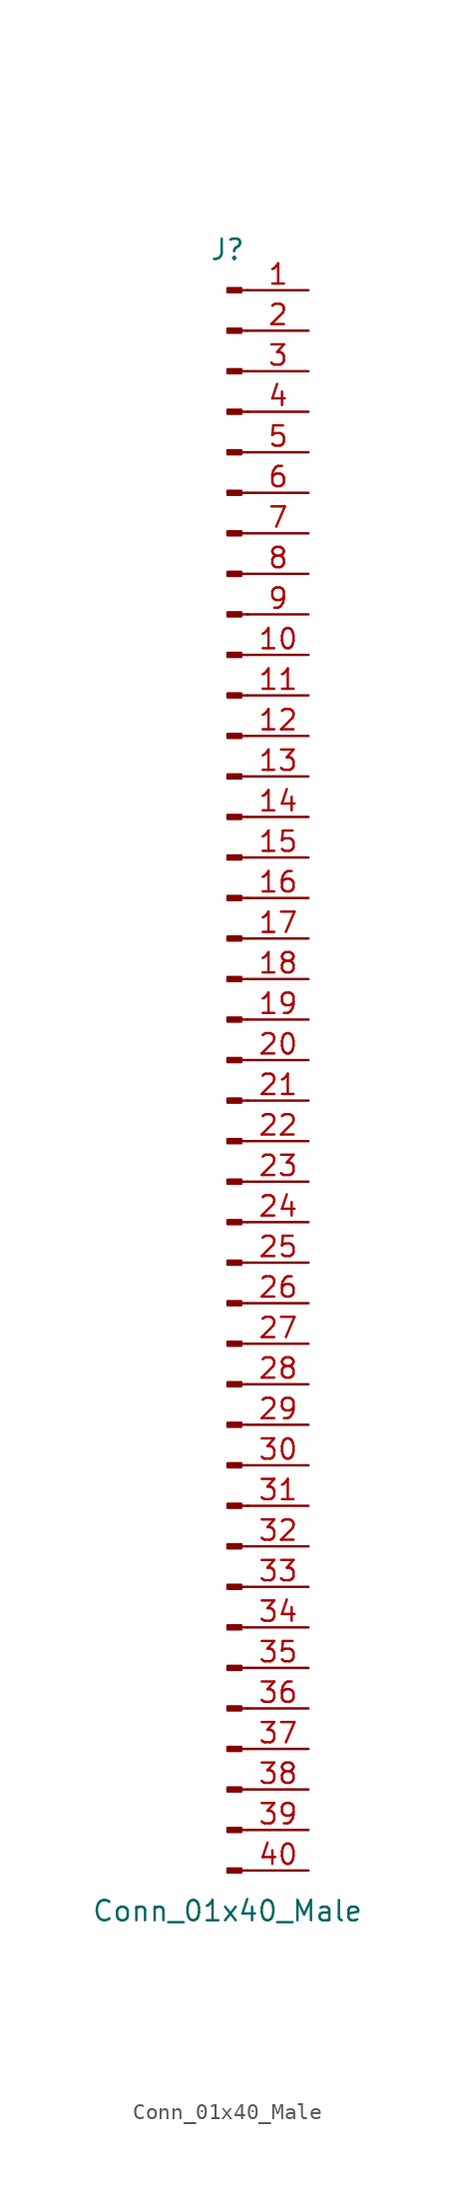
<source format=kicad_sym>
(kicad_symbol_lib
  (version 20201005)
  (generator kicad_symbol_editor)
  (symbol "Connector:Conn_01x40_Male"
    (pin_names
      (offset 1.016) hide)
    (property "Reference" "J"
      (at 0 50.8 0)
      (effects (font (size 1.27 1.27))))
    (property "Value" "Conn_01x40_Male"
      (at 0 -53.34 0)
      (effects (font (size 1.27 1.27))))
    (symbol "Conn_01x40_Male_1_1"
      (rectangle (start 0.864 -50.673) (end 0 -50.927) (stroke (width 0.152)) (fill (type outline)))
      (rectangle (start 0.864 -48.133) (end 0 -48.387) (stroke (width 0.152)) (fill (type outline)))
      (rectangle (start 0.864 -45.593) (end 0 -45.847) (stroke (width 0.152)) (fill (type outline)))
      (rectangle (start 0.864 -43.053) (end 0 -43.307) (stroke (width 0.152)) (fill (type outline)))
      (rectangle (start 0.864 -40.513) (end 0 -40.767) (stroke (width 0.152)) (fill (type outline)))
      (rectangle (start 0.864 -37.973) (end 0 -38.227) (stroke (width 0.152)) (fill (type outline)))
      (rectangle (start 0.864 -35.433) (end 0 -35.687) (stroke (width 0.152)) (fill (type outline)))
      (rectangle (start 0.864 -32.893) (end 0 -33.147) (stroke (width 0.152)) (fill (type outline)))
      (rectangle (start 0.864 -30.353) (end 0 -30.607) (stroke (width 0.152)) (fill (type outline)))
      (rectangle (start 0.864 -27.813) (end 0 -28.067) (stroke (width 0.152)) (fill (type outline)))
      (rectangle (start 0.864 -25.273) (end 0 -25.527) (stroke (width 0.152)) (fill (type outline)))
      (rectangle (start 0.864 -22.733) (end 0 -22.987) (stroke (width 0.152)) (fill (type outline)))
      (rectangle (start 0.864 -20.193) (end 0 -20.447) (stroke (width 0.152)) (fill (type outline)))
      (rectangle (start 0.864 -17.653) (end 0 -17.907) (stroke (width 0.152)) (fill (type outline)))
      (rectangle (start 0.864 -15.113) (end 0 -15.367) (stroke (width 0.152)) (fill (type outline)))
      (rectangle (start 0.864 -12.573) (end 0 -12.827) (stroke (width 0.152)) (fill (type outline)))
      (rectangle (start 0.864 -10.033) (end 0 -10.287) (stroke (width 0.152)) (fill (type outline)))
      (rectangle (start 0.864 -7.493) (end 0 -7.747) (stroke (width 0.152)) (fill (type outline)))
      (rectangle (start 0.864 -4.953) (end 0 -5.207) (stroke (width 0.152)) (fill (type outline)))
      (rectangle (start 0.864 -2.413) (end 0 -2.667) (stroke (width 0.152)) (fill (type outline)))
      (rectangle (start 0.864 0.127) (end 0 -0.127) (stroke (width 0.152)) (fill (type outline)))
      (rectangle (start 0.864 2.667) (end 0 2.413) (stroke (width 0.152)) (fill (type outline)))
      (rectangle (start 0.864 5.207) (end 0 4.953) (stroke (width 0.152)) (fill (type outline)))
      (rectangle (start 0.864 7.747) (end 0 7.493) (stroke (width 0.152)) (fill (type outline)))
      (rectangle (start 0.864 10.287) (end 0 10.033) (stroke (width 0.152)) (fill (type outline)))
      (rectangle (start 0.864 12.827) (end 0 12.573) (stroke (width 0.152)) (fill (type outline)))
      (rectangle (start 0.864 15.367) (end 0 15.113) (stroke (width 0.152)) (fill (type outline)))
      (rectangle (start 0.864 17.907) (end 0 17.653) (stroke (width 0.152)) (fill (type outline)))
      (rectangle (start 0.864 20.447) (end 0 20.193) (stroke (width 0.152)) (fill (type outline)))
      (rectangle (start 0.864 22.987) (end 0 22.733) (stroke (width 0.152)) (fill (type outline)))
      (rectangle (start 0.864 25.527) (end 0 25.273) (stroke (width 0.152)) (fill (type outline)))
      (rectangle (start 0.864 28.067) (end 0 27.813) (stroke (width 0.152)) (fill (type outline)))
      (rectangle (start 0.864 30.607) (end 0 30.353) (stroke (width 0.152)) (fill (type outline)))
      (rectangle (start 0.864 33.147) (end 0 32.893) (stroke (width 0.152)) (fill (type outline)))
      (rectangle (start 0.864 35.687) (end 0 35.433) (stroke (width 0.152)) (fill (type outline)))
      (rectangle (start 0.864 38.227) (end 0 37.973) (stroke (width 0.152)) (fill (type outline)))
      (rectangle (start 0.864 40.767) (end 0 40.513) (stroke (width 0.152)) (fill (type outline)))
      (rectangle (start 0.864 43.307) (end 0 43.053) (stroke (width 0.152)) (fill (type outline)))
      (rectangle (start 0.864 45.847) (end 0 45.593) (stroke (width 0.152)) (fill (type outline)))
      (rectangle (start 0.864 48.387) (end 0 48.133) (stroke (width 0.152)) (fill (type outline)))
      (polyline (pts (xy 1.27 -50.8) (xy 0.864 -50.8)) (stroke (width 0.152)) (fill (type none)))
      (polyline (pts (xy 1.27 -48.26) (xy 0.864 -48.26)) (stroke (width 0.152)) (fill (type none)))
      (polyline (pts (xy 1.27 -45.72) (xy 0.864 -45.72)) (stroke (width 0.152)) (fill (type none)))
      (polyline (pts (xy 1.27 -43.18) (xy 0.864 -43.18)) (stroke (width 0.152)) (fill (type none)))
      (polyline (pts (xy 1.27 -40.64) (xy 0.864 -40.64)) (stroke (width 0.152)) (fill (type none)))
      (polyline (pts (xy 1.27 -38.1) (xy 0.864 -38.1)) (stroke (width 0.152)) (fill (type none)))
      (polyline (pts (xy 1.27 -35.56) (xy 0.864 -35.56)) (stroke (width 0.152)) (fill (type none)))
      (polyline (pts (xy 1.27 -33.02) (xy 0.864 -33.02)) (stroke (width 0.152)) (fill (type none)))
      (polyline (pts (xy 1.27 -30.48) (xy 0.864 -30.48)) (stroke (width 0.152)) (fill (type none)))
      (polyline (pts (xy 1.27 -27.94) (xy 0.864 -27.94)) (stroke (width 0.152)) (fill (type none)))
      (polyline (pts (xy 1.27 -25.4) (xy 0.864 -25.4)) (stroke (width 0.152)) (fill (type none)))
      (polyline (pts (xy 1.27 -22.86) (xy 0.864 -22.86)) (stroke (width 0.152)) (fill (type none)))
      (polyline (pts (xy 1.27 -20.32) (xy 0.864 -20.32)) (stroke (width 0.152)) (fill (type none)))
      (polyline (pts (xy 1.27 -17.78) (xy 0.864 -17.78)) (stroke (width 0.152)) (fill (type none)))
      (polyline (pts (xy 1.27 -15.24) (xy 0.864 -15.24)) (stroke (width 0.152)) (fill (type none)))
      (polyline (pts (xy 1.27 -12.7) (xy 0.864 -12.7)) (stroke (width 0.152)) (fill (type none)))
      (polyline (pts (xy 1.27 -10.16) (xy 0.864 -10.16)) (stroke (width 0.152)) (fill (type none)))
      (polyline (pts (xy 1.27 -7.62) (xy 0.864 -7.62)) (stroke (width 0.152)) (fill (type none)))
      (polyline (pts (xy 1.27 -5.08) (xy 0.864 -5.08)) (stroke (width 0.152)) (fill (type none)))
      (polyline (pts (xy 1.27 -2.54) (xy 0.864 -2.54)) (stroke (width 0.152)) (fill (type none)))
      (polyline (pts (xy 1.27 0) (xy 0.864 0)) (stroke (width 0.152)) (fill (type none)))
      (polyline (pts (xy 1.27 2.54) (xy 0.864 2.54)) (stroke (width 0.152)) (fill (type none)))
      (polyline (pts (xy 1.27 5.08) (xy 0.864 5.08)) (stroke (width 0.152)) (fill (type none)))
      (polyline (pts (xy 1.27 7.62) (xy 0.864 7.62)) (stroke (width 0.152)) (fill (type none)))
      (polyline (pts (xy 1.27 10.16) (xy 0.864 10.16)) (stroke (width 0.152)) (fill (type none)))
      (polyline (pts (xy 1.27 12.7) (xy 0.864 12.7)) (stroke (width 0.152)) (fill (type none)))
      (polyline (pts (xy 1.27 15.24) (xy 0.864 15.24)) (stroke (width 0.152)) (fill (type none)))
      (polyline (pts (xy 1.27 17.78) (xy 0.864 17.78)) (stroke (width 0.152)) (fill (type none)))
      (polyline (pts (xy 1.27 20.32) (xy 0.864 20.32)) (stroke (width 0.152)) (fill (type none)))
      (polyline (pts (xy 1.27 22.86) (xy 0.864 22.86)) (stroke (width 0.152)) (fill (type none)))
      (polyline (pts (xy 1.27 25.4) (xy 0.864 25.4)) (stroke (width 0.152)) (fill (type none)))
      (polyline (pts (xy 1.27 27.94) (xy 0.864 27.94)) (stroke (width 0.152)) (fill (type none)))
      (polyline (pts (xy 1.27 30.48) (xy 0.864 30.48)) (stroke (width 0.152)) (fill (type none)))
      (polyline (pts (xy 1.27 33.02) (xy 0.864 33.02)) (stroke (width 0.152)) (fill (type none)))
      (polyline (pts (xy 1.27 35.56) (xy 0.864 35.56)) (stroke (width 0.152)) (fill (type none)))
      (polyline (pts (xy 1.27 38.1) (xy 0.864 38.1)) (stroke (width 0.152)) (fill (type none)))
      (polyline (pts (xy 1.27 40.64) (xy 0.864 40.64)) (stroke (width 0.152)) (fill (type none)))
      (polyline (pts (xy 1.27 43.18) (xy 0.864 43.18)) (stroke (width 0.152)) (fill (type none)))
      (polyline (pts (xy 1.27 45.72) (xy 0.864 45.72)) (stroke (width 0.152)) (fill (type none)))
      (polyline (pts (xy 1.27 48.26) (xy 0.864 48.26)) (stroke (width 0.152)) (fill (type none)))
      (pin passive line (at 5.08 48.26 180) (length 3.81) (name "Pin_1" (effects (font (size 1.27 1.27)))) (number "1" (effects (font (size 1.27 1.27)))))
      (pin passive line (at 5.08 25.4 180) (length 3.81) (name "Pin_10" (effects (font (size 1.27 1.27)))) (number "10" (effects (font (size 1.27 1.27)))))
      (pin passive line (at 5.08 22.86 180) (length 3.81) (name "Pin_11" (effects (font (size 1.27 1.27)))) (number "11" (effects (font (size 1.27 1.27)))))
      (pin passive line (at 5.08 20.32 180) (length 3.81) (name "Pin_12" (effects (font (size 1.27 1.27)))) (number "12" (effects (font (size 1.27 1.27)))))
      (pin passive line (at 5.08 17.78 180) (length 3.81) (name "Pin_13" (effects (font (size 1.27 1.27)))) (number "13" (effects (font (size 1.27 1.27)))))
      (pin passive line (at 5.08 15.24 180) (length 3.81) (name "Pin_14" (effects (font (size 1.27 1.27)))) (number "14" (effects (font (size 1.27 1.27)))))
      (pin passive line (at 5.08 12.7 180) (length 3.81) (name "Pin_15" (effects (font (size 1.27 1.27)))) (number "15" (effects (font (size 1.27 1.27)))))
      (pin passive line (at 5.08 10.16 180) (length 3.81) (name "Pin_16" (effects (font (size 1.27 1.27)))) (number "16" (effects (font (size 1.27 1.27)))))
      (pin passive line (at 5.08 7.62 180) (length 3.81) (name "Pin_17" (effects (font (size 1.27 1.27)))) (number "17" (effects (font (size 1.27 1.27)))))
      (pin passive line (at 5.08 5.08 180) (length 3.81) (name "Pin_18" (effects (font (size 1.27 1.27)))) (number "18" (effects (font (size 1.27 1.27)))))
      (pin passive line (at 5.08 2.54 180) (length 3.81) (name "Pin_19" (effects (font (size 1.27 1.27)))) (number "19" (effects (font (size 1.27 1.27)))))
      (pin passive line (at 5.08 45.72 180) (length 3.81) (name "Pin_2" (effects (font (size 1.27 1.27)))) (number "2" (effects (font (size 1.27 1.27)))))
      (pin passive line (at 5.08 0 180) (length 3.81) (name "Pin_20" (effects (font (size 1.27 1.27)))) (number "20" (effects (font (size 1.27 1.27)))))
      (pin passive line (at 5.08 -2.54 180) (length 3.81) (name "Pin_21" (effects (font (size 1.27 1.27)))) (number "21" (effects (font (size 1.27 1.27)))))
      (pin passive line (at 5.08 -5.08 180) (length 3.81) (name "Pin_22" (effects (font (size 1.27 1.27)))) (number "22" (effects (font (size 1.27 1.27)))))
      (pin passive line (at 5.08 -7.62 180) (length 3.81) (name "Pin_23" (effects (font (size 1.27 1.27)))) (number "23" (effects (font (size 1.27 1.27)))))
      (pin passive line (at 5.08 -10.16 180) (length 3.81) (name "Pin_24" (effects (font (size 1.27 1.27)))) (number "24" (effects (font (size 1.27 1.27)))))
      (pin passive line (at 5.08 -12.7 180) (length 3.81) (name "Pin_25" (effects (font (size 1.27 1.27)))) (number "25" (effects (font (size 1.27 1.27)))))
      (pin passive line (at 5.08 -15.24 180) (length 3.81) (name "Pin_26" (effects (font (size 1.27 1.27)))) (number "26" (effects (font (size 1.27 1.27)))))
      (pin passive line (at 5.08 -17.78 180) (length 3.81) (name "Pin_27" (effects (font (size 1.27 1.27)))) (number "27" (effects (font (size 1.27 1.27)))))
      (pin passive line (at 5.08 -20.32 180) (length 3.81) (name "Pin_28" (effects (font (size 1.27 1.27)))) (number "28" (effects (font (size 1.27 1.27)))))
      (pin passive line (at 5.08 -22.86 180) (length 3.81) (name "Pin_29" (effects (font (size 1.27 1.27)))) (number "29" (effects (font (size 1.27 1.27)))))
      (pin passive line (at 5.08 43.18 180) (length 3.81) (name "Pin_3" (effects (font (size 1.27 1.27)))) (number "3" (effects (font (size 1.27 1.27)))))
      (pin passive line (at 5.08 -25.4 180) (length 3.81) (name "Pin_30" (effects (font (size 1.27 1.27)))) (number "30" (effects (font (size 1.27 1.27)))))
      (pin passive line (at 5.08 -27.94 180) (length 3.81) (name "Pin_31" (effects (font (size 1.27 1.27)))) (number "31" (effects (font (size 1.27 1.27)))))
      (pin passive line (at 5.08 -30.48 180) (length 3.81) (name "Pin_32" (effects (font (size 1.27 1.27)))) (number "32" (effects (font (size 1.27 1.27)))))
      (pin passive line (at 5.08 -33.02 180) (length 3.81) (name "Pin_33" (effects (font (size 1.27 1.27)))) (number "33" (effects (font (size 1.27 1.27)))))
      (pin passive line (at 5.08 -35.56 180) (length 3.81) (name "Pin_34" (effects (font (size 1.27 1.27)))) (number "34" (effects (font (size 1.27 1.27)))))
      (pin passive line (at 5.08 -38.1 180) (length 3.81) (name "Pin_35" (effects (font (size 1.27 1.27)))) (number "35" (effects (font (size 1.27 1.27)))))
      (pin passive line (at 5.08 -40.64 180) (length 3.81) (name "Pin_36" (effects (font (size 1.27 1.27)))) (number "36" (effects (font (size 1.27 1.27)))))
      (pin passive line (at 5.08 -43.18 180) (length 3.81) (name "Pin_37" (effects (font (size 1.27 1.27)))) (number "37" (effects (font (size 1.27 1.27)))))
      (pin passive line (at 5.08 -45.72 180) (length 3.81) (name "Pin_38" (effects (font (size 1.27 1.27)))) (number "38" (effects (font (size 1.27 1.27)))))
      (pin passive line (at 5.08 -48.26 180) (length 3.81) (name "Pin_39" (effects (font (size 1.27 1.27)))) (number "39" (effects (font (size 1.27 1.27)))))
      (pin passive line (at 5.08 40.64 180) (length 3.81) (name "Pin_4" (effects (font (size 1.27 1.27)))) (number "4" (effects (font (size 1.27 1.27)))))
      (pin passive line (at 5.08 -50.8 180) (length 3.81) (name "Pin_40" (effects (font (size 1.27 1.27)))) (number "40" (effects (font (size 1.27 1.27)))))
      (pin passive line (at 5.08 38.1 180) (length 3.81) (name "Pin_5" (effects (font (size 1.27 1.27)))) (number "5" (effects (font (size 1.27 1.27)))))
      (pin passive line (at 5.08 35.56 180) (length 3.81) (name "Pin_6" (effects (font (size 1.27 1.27)))) (number "6" (effects (font (size 1.27 1.27)))))
      (pin passive line (at 5.08 33.02 180) (length 3.81) (name "Pin_7" (effects (font (size 1.27 1.27)))) (number "7" (effects (font (size 1.27 1.27)))))
      (pin passive line (at 5.08 30.48 180) (length 3.81) (name "Pin_8" (effects (font (size 1.27 1.27)))) (number "8" (effects (font (size 1.27 1.27)))))
      (pin passive line (at 5.08 27.94 180) (length 3.81) (name "Pin_9" (effects (font (size 1.27 1.27)))) (number "9" (effects (font (size 1.27 1.27))))))))
</source>
